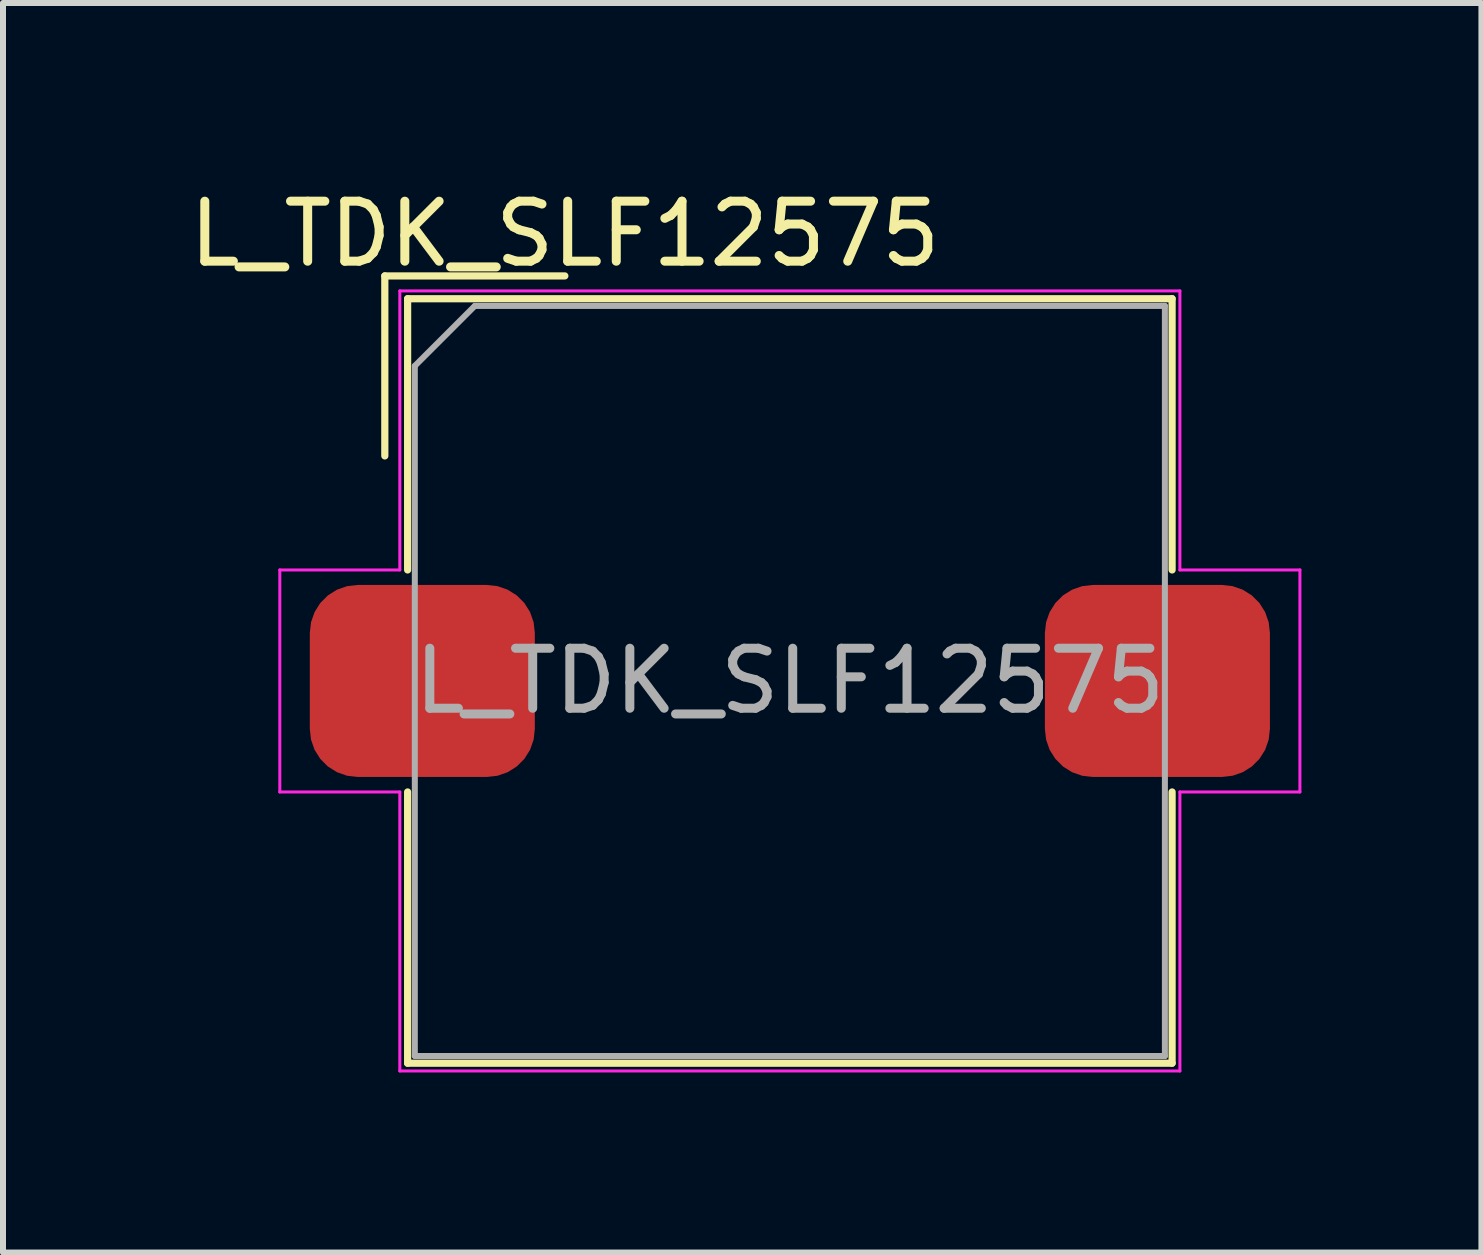
<source format=kicad_pcb>
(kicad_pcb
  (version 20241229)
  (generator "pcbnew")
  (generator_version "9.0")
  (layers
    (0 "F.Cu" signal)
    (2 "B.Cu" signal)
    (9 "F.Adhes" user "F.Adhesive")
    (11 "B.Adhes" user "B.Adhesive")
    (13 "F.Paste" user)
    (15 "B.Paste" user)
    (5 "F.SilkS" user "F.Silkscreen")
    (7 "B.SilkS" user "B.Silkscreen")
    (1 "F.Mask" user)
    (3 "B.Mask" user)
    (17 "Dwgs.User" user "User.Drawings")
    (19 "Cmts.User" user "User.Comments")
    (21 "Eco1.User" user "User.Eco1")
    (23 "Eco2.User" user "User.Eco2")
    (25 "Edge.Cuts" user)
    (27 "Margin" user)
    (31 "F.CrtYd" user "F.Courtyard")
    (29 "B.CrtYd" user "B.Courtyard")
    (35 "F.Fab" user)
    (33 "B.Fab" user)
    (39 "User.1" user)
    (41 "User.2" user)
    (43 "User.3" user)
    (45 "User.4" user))
  (footprint "L_TDK_SLF12575"
    (layer "F.Cu")
    (at 10.113 8.298)
    (property "Reference" "L_TDK_SLF12575" (at -3.75 -7.45 0) (layer "F.SilkS") (effects (font (size 1 1) (thickness 0.15))))
    (attr smd)
    (fp_line (start -6.75 -6.75) (end -3.75 -6.75) (stroke (width 0.12) (type solid)) (layer "F.SilkS"))
    (fp_line (start -6.75 -3.75) (end -6.75 -6.75) (stroke (width 0.12) (type solid)) (layer "F.SilkS"))
    (fp_line (start -6.37 -6.37) (end -6.37 -1.85) (stroke (width 0.12) (type solid)) (layer "F.SilkS"))
    (fp_line (start -6.37 -6.37) (end 6.37 -6.37) (stroke (width 0.12) (type solid)) (layer "F.SilkS"))
    (fp_line (start -6.37 1.85) (end -6.37 6.37) (stroke (width 0.12) (type solid)) (layer "F.SilkS"))
    (fp_line (start -6.37 6.37) (end 6.37 6.37) (stroke (width 0.12) (type solid)) (layer "F.SilkS"))
    (fp_line (start 6.37 -6.37) (end 6.37 -1.85) (stroke (width 0.12) (type solid)) (layer "F.SilkS"))
    (fp_line (start 6.37 1.85) (end 6.37 6.37) (stroke (width 0.12) (type solid)) (layer "F.SilkS"))
    (fp_line (start -8.5 -1.85) (end -8.5 1.85) (stroke (width 0.05) (type solid)) (layer "F.CrtYd"))
    (fp_line (start -8.5 1.85) (end -6.5 1.85) (stroke (width 0.05) (type solid)) (layer "F.CrtYd"))
    (fp_line (start -6.5 -6.5) (end -6.5 -1.85) (stroke (width 0.05) (type solid)) (layer "F.CrtYd"))
    (fp_line (start -6.5 -6.5) (end 6.5 -6.5) (stroke (width 0.05) (type solid)) (layer "F.CrtYd"))
    (fp_line (start -6.5 -1.85) (end -8.5 -1.85) (stroke (width 0.05) (type solid)) (layer "F.CrtYd"))
    (fp_line (start -6.5 1.85) (end -6.5 6.5) (stroke (width 0.05) (type solid)) (layer "F.CrtYd"))
    (fp_line (start -6.5 6.5) (end 6.5 6.5) (stroke (width 0.05) (type solid)) (layer "F.CrtYd"))
    (fp_line (start 6.5 -6.5) (end 6.5 -1.85) (stroke (width 0.05) (type solid)) (layer "F.CrtYd"))
    (fp_line (start 6.5 -1.85) (end 8.5 -1.85) (stroke (width 0.05) (type solid)) (layer "F.CrtYd"))
    (fp_line (start 6.5 1.85) (end 6.5 6.5) (stroke (width 0.05) (type solid)) (layer "F.CrtYd"))
    (fp_line (start 8.5 -1.85) (end 8.5 1.85) (stroke (width 0.05) (type solid)) (layer "F.CrtYd"))
    (fp_line (start 8.5 1.85) (end 6.5 1.85) (stroke (width 0.05) (type solid)) (layer "F.CrtYd"))
    (fp_line (start -6.25 -5.25) (end -5.25 -6.25) (stroke (width 0.1) (type solid)) (layer "F.Fab"))
    (fp_line (start -6.25 6.25) (end -6.25 -5.25) (stroke (width 0.1) (type solid)) (layer "F.Fab"))
    (fp_line (start -5.25 -6.25) (end 6.25 -6.25) (stroke (width 0.1) (type solid)) (layer "F.Fab"))
    (fp_line (start 6.25 -6.25) (end 6.25 6.25) (stroke (width 0.1) (type solid)) (layer "F.Fab"))
    (fp_line (start 6.25 6.25) (end -6.25 6.25) (stroke (width 0.1) (type solid)) (layer "F.Fab"))
    (fp_text user "${REFERENCE}" (at 0 0 0) (layer "F.Fab") (effects (font (size 1 1) (thickness 0.15))))
    (pad "1" smd roundrect (at -6.125 0) (size 3.75 3.2) (layers "F.Cu" "F.Mask" "F.Paste") (roundrect_rratio 0.25))
    (pad "2" smd roundrect (at 6.125 0) (size 3.75 3.2) (layers "F.Cu" "F.Mask" "F.Paste") (roundrect_rratio 0.25)))
  (gr_rect
    (start -3 -3)
    (end 21.638 17.823)
    (stroke (width 0.1) (type default))
    (fill no)
    (layer "Edge.Cuts")))
</source>
